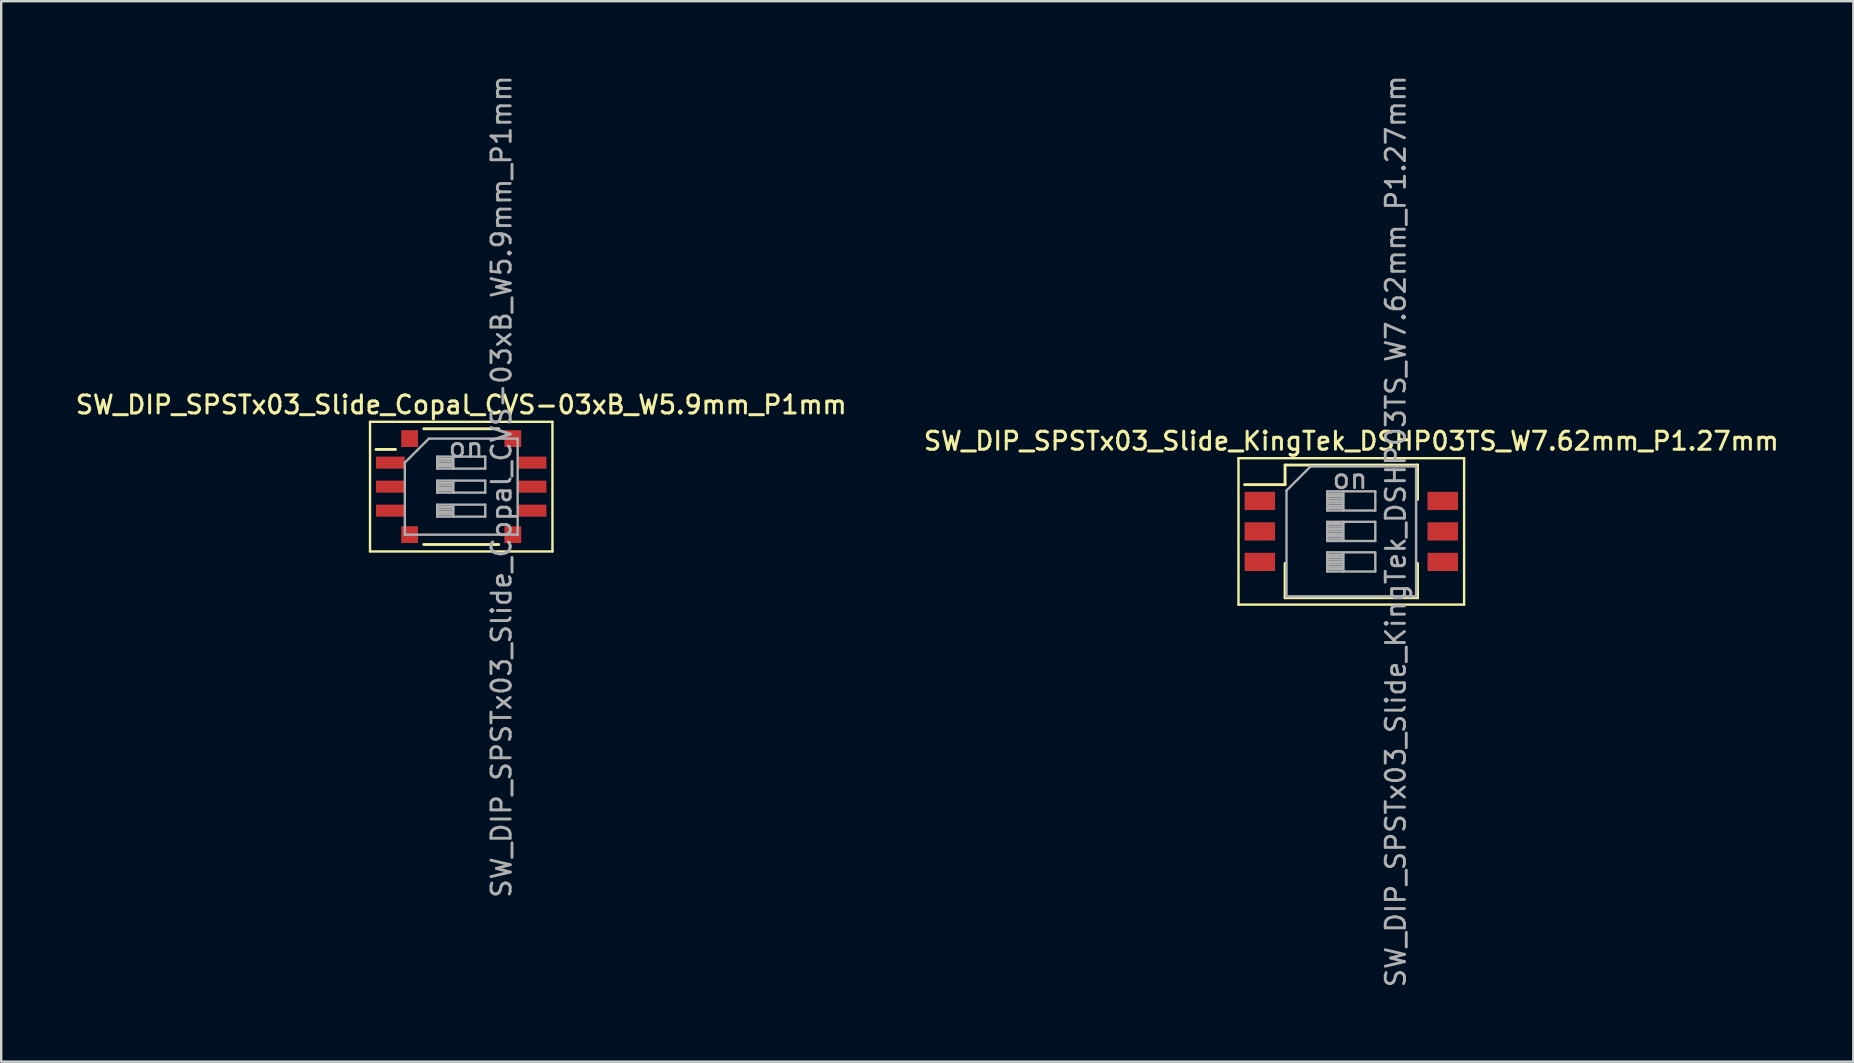
<source format=kicad_pcb>
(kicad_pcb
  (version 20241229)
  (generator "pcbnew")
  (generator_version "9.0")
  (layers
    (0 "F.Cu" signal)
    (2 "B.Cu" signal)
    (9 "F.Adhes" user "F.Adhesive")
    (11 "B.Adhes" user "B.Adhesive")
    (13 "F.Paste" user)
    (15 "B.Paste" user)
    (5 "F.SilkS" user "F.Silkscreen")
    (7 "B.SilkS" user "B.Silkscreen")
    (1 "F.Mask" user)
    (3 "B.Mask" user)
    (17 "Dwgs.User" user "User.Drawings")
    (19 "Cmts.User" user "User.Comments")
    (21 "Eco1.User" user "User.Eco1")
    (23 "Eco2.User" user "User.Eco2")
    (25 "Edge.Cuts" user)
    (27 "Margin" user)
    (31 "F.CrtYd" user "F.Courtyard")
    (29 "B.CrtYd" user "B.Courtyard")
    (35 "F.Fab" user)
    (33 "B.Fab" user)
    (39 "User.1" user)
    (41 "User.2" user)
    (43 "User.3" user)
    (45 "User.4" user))
  (footprint "SW_DIP_SPSTx03_Slide_Copal_CVS-03xB_W5.9mm_P1mm"
    (layer "F.Cu")
    (at 16.166 17.224)
    (property "Reference" "SW_DIP_SPSTx03_Slide_Copal_CVS-03xB_W5.9mm_P1mm" (at 0 -3.41 0) (layer "F.SilkS") (effects (font (size 0.75 0.75) (thickness 0.125))))
    (attr smd)
    (fp_line (start -3.8 -2.7) (end -3.8 2.7) (stroke (width 0.1) (type solid)) (layer "F.SilkS"))
    (fp_line (start -3.8 2.7) (end 3.8 2.7) (stroke (width 0.1) (type solid)) (layer "F.SilkS"))
    (fp_line (start -3.55 -1.55) (end -2.739 -1.55) (stroke (width 0.12) (type solid)) (layer "F.SilkS"))
    (fp_line (start -1.56 -2.41) (end 1.561 -2.41) (stroke (width 0.12) (type solid)) (layer "F.SilkS"))
    (fp_line (start -1.56 2.41) (end 1.561 2.41) (stroke (width 0.12) (type solid)) (layer "F.SilkS"))
    (fp_line (start 3.8 -2.7) (end -3.8 -2.7) (stroke (width 0.1) (type solid)) (layer "F.SilkS"))
    (fp_line (start 3.8 2.7) (end 3.8 -2.7) (stroke (width 0.1) (type solid)) (layer "F.SilkS"))
    (fp_line (start -2.35 -1) (end -1.35 -2) (stroke (width 0.1) (type solid)) (layer "F.Fab"))
    (fp_line (start -2.35 2) (end -2.35 -1) (stroke (width 0.1) (type solid)) (layer "F.Fab"))
    (fp_line (start -1.35 -2) (end 2.35 -2) (stroke (width 0.1) (type solid)) (layer "F.Fab"))
    (fp_line (start -1 -1.25) (end -1 -0.75) (stroke (width 0.1) (type solid)) (layer "F.Fab"))
    (fp_line (start -1 -1.15) (end -0.333 -1.15) (stroke (width 0.1) (type solid)) (layer "F.Fab"))
    (fp_line (start -1 -1.05) (end -0.333 -1.05) (stroke (width 0.1) (type solid)) (layer "F.Fab"))
    (fp_line (start -1 -0.95) (end -0.333 -0.95) (stroke (width 0.1) (type solid)) (layer "F.Fab"))
    (fp_line (start -1 -0.85) (end -0.333 -0.85) (stroke (width 0.1) (type solid)) (layer "F.Fab"))
    (fp_line (start -1 -0.75) (end 1 -0.75) (stroke (width 0.1) (type solid)) (layer "F.Fab"))
    (fp_line (start -1 -0.25) (end -1 0.25) (stroke (width 0.1) (type solid)) (layer "F.Fab"))
    (fp_line (start -1 -0.15) (end -0.333 -0.15) (stroke (width 0.1) (type solid)) (layer "F.Fab"))
    (fp_line (start -1 -0.05) (end -0.333 -0.05) (stroke (width 0.1) (type solid)) (layer "F.Fab"))
    (fp_line (start -1 0.05) (end -0.333 0.05) (stroke (width 0.1) (type solid)) (layer "F.Fab"))
    (fp_line (start -1 0.15) (end -0.333 0.15) (stroke (width 0.1) (type solid)) (layer "F.Fab"))
    (fp_line (start -1 0.25) (end 1 0.25) (stroke (width 0.1) (type solid)) (layer "F.Fab"))
    (fp_line (start -1 0.75) (end -1 1.25) (stroke (width 0.1) (type solid)) (layer "F.Fab"))
    (fp_line (start -1 0.85) (end -0.333 0.85) (stroke (width 0.1) (type solid)) (layer "F.Fab"))
    (fp_line (start -1 0.95) (end -0.333 0.95) (stroke (width 0.1) (type solid)) (layer "F.Fab"))
    (fp_line (start -1 1.05) (end -0.333 1.05) (stroke (width 0.1) (type solid)) (layer "F.Fab"))
    (fp_line (start -1 1.15) (end -0.333 1.15) (stroke (width 0.1) (type solid)) (layer "F.Fab"))
    (fp_line (start -1 1.25) (end 1 1.25) (stroke (width 0.1) (type solid)) (layer "F.Fab"))
    (fp_line (start -0.333 -1.25) (end -0.333 -0.75) (stroke (width 0.1) (type solid)) (layer "F.Fab"))
    (fp_line (start -0.333 -0.25) (end -0.333 0.25) (stroke (width 0.1) (type solid)) (layer "F.Fab"))
    (fp_line (start -0.333 0.75) (end -0.333 1.25) (stroke (width 0.1) (type solid)) (layer "F.Fab"))
    (fp_line (start 1 -1.25) (end -1 -1.25) (stroke (width 0.1) (type solid)) (layer "F.Fab"))
    (fp_line (start 1 -0.75) (end 1 -1.25) (stroke (width 0.1) (type solid)) (layer "F.Fab"))
    (fp_line (start 1 -0.25) (end -1 -0.25) (stroke (width 0.1) (type solid)) (layer "F.Fab"))
    (fp_line (start 1 0.25) (end 1 -0.25) (stroke (width 0.1) (type solid)) (layer "F.Fab"))
    (fp_line (start 1 0.75) (end -1 0.75) (stroke (width 0.1) (type solid)) (layer "F.Fab"))
    (fp_line (start 1 1.25) (end 1 0.75) (stroke (width 0.1) (type solid)) (layer "F.Fab"))
    (fp_line (start 2.35 -2) (end 2.35 2) (stroke (width 0.1) (type solid)) (layer "F.Fab"))
    (fp_line (start 2.35 2) (end -2.35 2) (stroke (width 0.1) (type solid)) (layer "F.Fab"))
    (fp_text user "${REFERENCE}" (at 1.675 0 90) (layer "F.Fab") (effects (font (size 0.8 0.8) (thickness 0.12))))
    (fp_text user "on" (at 0.2 -1.625 0) (layer "F.Fab") (effects (font (size 0.8 0.8) (thickness 0.12))))
    (pad "1" smd rect (at -2.95 -1) (size 1.2 0.5) (layers "F.Cu" "F.Mask" "F.Paste"))
    (pad "2" smd rect (at -2.95 0) (size 1.2 0.5) (layers "F.Cu" "F.Mask" "F.Paste"))
    (pad "3" smd rect (at -2.95 1) (size 1.2 0.5) (layers "F.Cu" "F.Mask" "F.Paste"))
    (pad "4" smd rect (at 2.95 1) (size 1.2 0.5) (layers "F.Cu" "F.Mask" "F.Paste"))
    (pad "5" smd rect (at 2.95 0) (size 1.2 0.5) (layers "F.Cu" "F.Mask" "F.Paste"))
    (pad "6" smd rect (at 2.95 -1) (size 1.2 0.5) (layers "F.Cu" "F.Mask" "F.Paste"))
    (pad "7" smd rect (at -2.15 -2) (size 0.7 0.7) (layers "F.Cu" "F.Mask" "F.Paste"))
    (pad "7" smd rect (at -2.15 2) (size 0.7 0.7) (layers "F.Cu" "F.Mask" "F.Paste"))
    (pad "7" smd rect (at 2.15 -2) (size 0.7 0.7) (layers "F.Cu" "F.Mask" "F.Paste"))
    (pad "7" smd rect (at 2.15 2) (size 0.7 0.7) (layers "F.Cu" "F.Mask" "F.Paste")))
  (footprint "SW_DIP_SPSTx03_Slide_KingTek_DSHP03TS_W7.62mm_P1.27mm"
    (layer "F.Cu")
    (at 53.248 19.09)
    (property "Reference" "SW_DIP_SPSTx03_Slide_KingTek_DSHP03TS_W7.62mm_P1.27mm" (at 0 -3.765 0) (layer "F.SilkS") (effects (font (size 0.75 0.75) (thickness 0.125))))
    (attr smd)
    (fp_line (start -4.7 -3.05) (end -4.7 3.05) (stroke (width 0.1) (type solid)) (layer "F.SilkS"))
    (fp_line (start -4.7 3.05) (end 4.7 3.05) (stroke (width 0.1) (type solid)) (layer "F.SilkS"))
    (fp_line (start -4.446 -1.95) (end -2.76 -1.95) (stroke (width 0.12) (type solid)) (layer "F.SilkS"))
    (fp_line (start -2.76 -2.766) (end -2.76 -1.95) (stroke (width 0.12) (type solid)) (layer "F.SilkS"))
    (fp_line (start -2.76 -2.766) (end 2.76 -2.766) (stroke (width 0.12) (type solid)) (layer "F.SilkS"))
    (fp_line (start -2.76 1.33) (end -2.76 2.765) (stroke (width 0.12) (type solid)) (layer "F.SilkS"))
    (fp_line (start -2.76 2.765) (end 2.76 2.765) (stroke (width 0.12) (type solid)) (layer "F.SilkS"))
    (fp_line (start 2.76 -2.766) (end 2.76 -1.331) (stroke (width 0.12) (type solid)) (layer "F.SilkS"))
    (fp_line (start 2.76 1.33) (end 2.76 2.765) (stroke (width 0.12) (type solid)) (layer "F.SilkS"))
    (fp_line (start 4.7 -3.05) (end -4.7 -3.05) (stroke (width 0.1) (type solid)) (layer "F.SilkS"))
    (fp_line (start 4.7 3.05) (end 4.7 -3.05) (stroke (width 0.1) (type solid)) (layer "F.SilkS"))
    (fp_line (start -2.7 -1.705) (end -1.7 -2.705) (stroke (width 0.1) (type solid)) (layer "F.Fab"))
    (fp_line (start -2.7 2.705) (end -2.7 -1.705) (stroke (width 0.1) (type solid)) (layer "F.Fab"))
    (fp_line (start -1.7 -2.705) (end 2.7 -2.705) (stroke (width 0.1) (type solid)) (layer "F.Fab"))
    (fp_line (start -1 -1.67) (end -1 -0.87) (stroke (width 0.1) (type solid)) (layer "F.Fab"))
    (fp_line (start -1 -1.57) (end -0.333 -1.57) (stroke (width 0.1) (type solid)) (layer "F.Fab"))
    (fp_line (start -1 -1.47) (end -0.333 -1.47) (stroke (width 0.1) (type solid)) (layer "F.Fab"))
    (fp_line (start -1 -1.37) (end -0.333 -1.37) (stroke (width 0.1) (type solid)) (layer "F.Fab"))
    (fp_line (start -1 -1.27) (end -0.333 -1.27) (stroke (width 0.1) (type solid)) (layer "F.Fab"))
    (fp_line (start -1 -1.17) (end -0.333 -1.17) (stroke (width 0.1) (type solid)) (layer "F.Fab"))
    (fp_line (start -1 -1.07) (end -0.333 -1.07) (stroke (width 0.1) (type solid)) (layer "F.Fab"))
    (fp_line (start -1 -0.97) (end -0.333 -0.97) (stroke (width 0.1) (type solid)) (layer "F.Fab"))
    (fp_line (start -1 -0.87) (end 1 -0.87) (stroke (width 0.1) (type solid)) (layer "F.Fab"))
    (fp_line (start -1 -0.4) (end -1 0.4) (stroke (width 0.1) (type solid)) (layer "F.Fab"))
    (fp_line (start -1 -0.3) (end -0.333 -0.3) (stroke (width 0.1) (type solid)) (layer "F.Fab"))
    (fp_line (start -1 -0.2) (end -0.333 -0.2) (stroke (width 0.1) (type solid)) (layer "F.Fab"))
    (fp_line (start -1 -0.1) (end -0.333 -0.1) (stroke (width 0.1) (type solid)) (layer "F.Fab"))
    (fp_line (start -1 0) (end -0.333 0) (stroke (width 0.1) (type solid)) (layer "F.Fab"))
    (fp_line (start -1 0.1) (end -0.333 0.1) (stroke (width 0.1) (type solid)) (layer "F.Fab"))
    (fp_line (start -1 0.2) (end -0.333 0.2) (stroke (width 0.1) (type solid)) (layer "F.Fab"))
    (fp_line (start -1 0.3) (end -0.333 0.3) (stroke (width 0.1) (type solid)) (layer "F.Fab"))
    (fp_line (start -1 0.4) (end 1 0.4) (stroke (width 0.1) (type solid)) (layer "F.Fab"))
    (fp_line (start -1 0.87) (end -1 1.67) (stroke (width 0.1) (type solid)) (layer "F.Fab"))
    (fp_line (start -1 0.97) (end -0.333 0.97) (stroke (width 0.1) (type solid)) (layer "F.Fab"))
    (fp_line (start -1 1.07) (end -0.333 1.07) (stroke (width 0.1) (type solid)) (layer "F.Fab"))
    (fp_line (start -1 1.17) (end -0.333 1.17) (stroke (width 0.1) (type solid)) (layer "F.Fab"))
    (fp_line (start -1 1.27) (end -0.333 1.27) (stroke (width 0.1) (type solid)) (layer "F.Fab"))
    (fp_line (start -1 1.37) (end -0.333 1.37) (stroke (width 0.1) (type solid)) (layer "F.Fab"))
    (fp_line (start -1 1.47) (end -0.333 1.47) (stroke (width 0.1) (type solid)) (layer "F.Fab"))
    (fp_line (start -1 1.57) (end -0.333 1.57) (stroke (width 0.1) (type solid)) (layer "F.Fab"))
    (fp_line (start -1 1.67) (end 1 1.67) (stroke (width 0.1) (type solid)) (layer "F.Fab"))
    (fp_line (start -0.333 -1.67) (end -0.333 -0.87) (stroke (width 0.1) (type solid)) (layer "F.Fab"))
    (fp_line (start -0.333 -0.4) (end -0.333 0.4) (stroke (width 0.1) (type solid)) (layer "F.Fab"))
    (fp_line (start -0.333 0.87) (end -0.333 1.67) (stroke (width 0.1) (type solid)) (layer "F.Fab"))
    (fp_line (start 1 -1.67) (end -1 -1.67) (stroke (width 0.1) (type solid)) (layer "F.Fab"))
    (fp_line (start 1 -0.87) (end 1 -1.67) (stroke (width 0.1) (type solid)) (layer "F.Fab"))
    (fp_line (start 1 -0.4) (end -1 -0.4) (stroke (width 0.1) (type solid)) (layer "F.Fab"))
    (fp_line (start 1 0.4) (end 1 -0.4) (stroke (width 0.1) (type solid)) (layer "F.Fab"))
    (fp_line (start 1 0.87) (end -1 0.87) (stroke (width 0.1) (type solid)) (layer "F.Fab"))
    (fp_line (start 1 1.67) (end 1 0.87) (stroke (width 0.1) (type solid)) (layer "F.Fab"))
    (fp_line (start 2.7 -2.705) (end 2.7 2.705) (stroke (width 0.1) (type solid)) (layer "F.Fab"))
    (fp_line (start 2.7 2.705) (end -2.7 2.705) (stroke (width 0.1) (type solid)) (layer "F.Fab"))
    (fp_text user "on" (at -0.055 -2.188 0) (layer "F.Fab") (effects (font (size 0.8 0.8) (thickness 0.12))))
    (fp_text user "${REFERENCE}" (at 1.85 0 90) (layer "F.Fab") (effects (font (size 0.8 0.8) (thickness 0.12))))
    (pad "1" smd rect (at -3.81 -1.27) (size 1.27 0.76) (layers "F.Cu" "F.Mask" "F.Paste"))
    (pad "2" smd rect (at -3.81 0) (size 1.27 0.76) (layers "F.Cu" "F.Mask" "F.Paste"))
    (pad "3" smd rect (at -3.81 1.27) (size 1.27 0.76) (layers "F.Cu" "F.Mask" "F.Paste"))
    (pad "4" smd rect (at 3.81 1.27) (size 1.27 0.76) (layers "F.Cu" "F.Mask" "F.Paste"))
    (pad "5" smd rect (at 3.81 0) (size 1.27 0.76) (layers "F.Cu" "F.Mask" "F.Paste"))
    (pad "6" smd rect (at 3.81 -1.27) (size 1.27 0.76) (layers "F.Cu" "F.Mask" "F.Paste")))
  (gr_rect
    (start -3 -3)
    (end 74.164 41.181)
    (stroke (width 0.1) (type default))
    (fill no)
    (layer "Edge.Cuts")))
</source>
